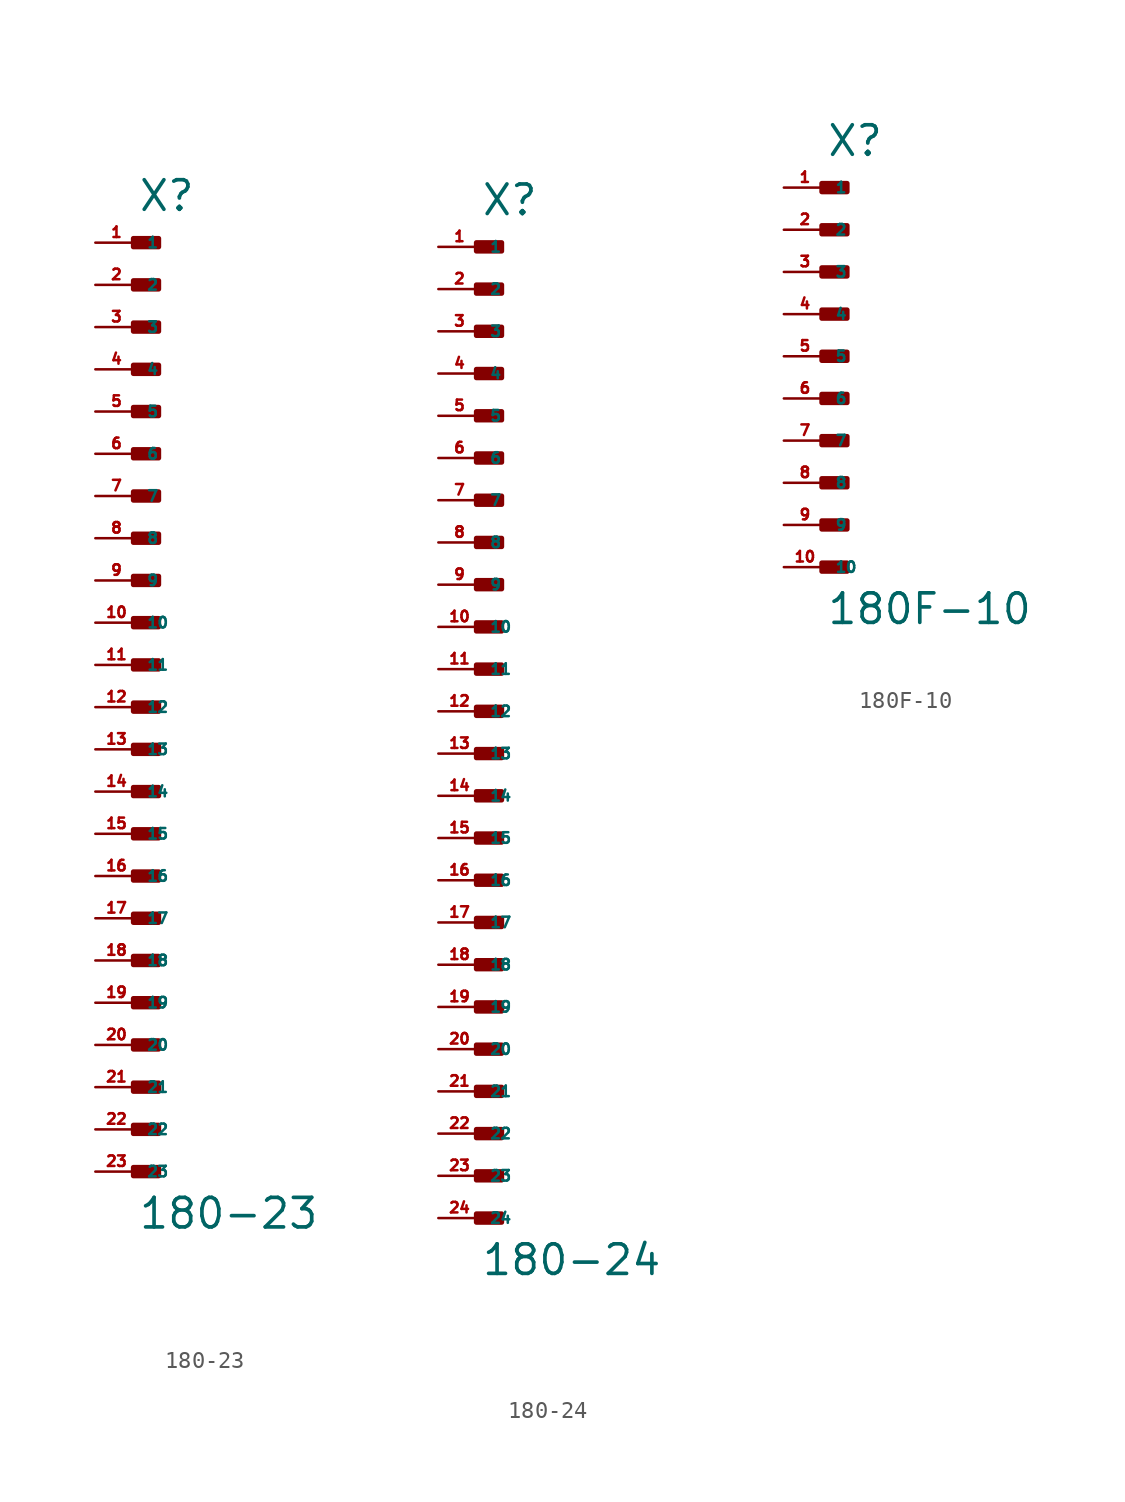
<source format=kicad_sym>
(kicad_symbol_lib
  (version 20220914)
  (generator Eagle2Kicad)
  (symbol "180-23"
    (property "Reference" "X"
      (at 0 27.178 0)
      (effects (font (size 1.778 1.778) (thickness 0.22)) (justify left bottom)))
    (property "Value" "180-23"
      (at 0 -34.036 0)
      (effects (font (size 1.778 1.778) (thickness 0.22)) (justify left bottom)))
    (rectangle
      (start -0.254 25.146)
      (end 1.27 25.654)
      (stroke (width 0.3) (type default))
      (fill (type outline)))
    (rectangle
      (start -0.254 22.606)
      (end 1.27 23.114)
      (stroke (width 0.3) (type default))
      (fill (type outline)))
    (rectangle
      (start -0.254 20.066)
      (end 1.27 20.574)
      (stroke (width 0.3) (type default))
      (fill (type outline)))
    (rectangle
      (start -0.254 17.526)
      (end 1.27 18.034)
      (stroke (width 0.3) (type default))
      (fill (type outline)))
    (rectangle
      (start -0.254 14.986)
      (end 1.27 15.494)
      (stroke (width 0.3) (type default))
      (fill (type outline)))
    (rectangle
      (start -0.254 12.446)
      (end 1.27 12.954)
      (stroke (width 0.3) (type default))
      (fill (type outline)))
    (rectangle
      (start -0.254 9.906)
      (end 1.27 10.414)
      (stroke (width 0.3) (type default))
      (fill (type outline)))
    (rectangle
      (start -0.254 7.366)
      (end 1.27 7.874)
      (stroke (width 0.3) (type default))
      (fill (type outline)))
    (rectangle
      (start -0.254 4.826)
      (end 1.27 5.334)
      (stroke (width 0.3) (type default))
      (fill (type outline)))
    (rectangle
      (start -0.254 2.286)
      (end 1.27 2.794)
      (stroke (width 0.3) (type default))
      (fill (type outline)))
    (rectangle
      (start -0.254 -0.254)
      (end 1.27 0.254)
      (stroke (width 0.3) (type default))
      (fill (type outline)))
    (rectangle
      (start -0.254 -2.794)
      (end 1.27 -2.286)
      (stroke (width 0.3) (type default))
      (fill (type outline)))
    (rectangle
      (start -0.254 -5.334)
      (end 1.27 -4.826)
      (stroke (width 0.3) (type default))
      (fill (type outline)))
    (rectangle
      (start -0.254 -7.874)
      (end 1.27 -7.366)
      (stroke (width 0.3) (type default))
      (fill (type outline)))
    (rectangle
      (start -0.254 -10.414)
      (end 1.27 -9.906)
      (stroke (width 0.3) (type default))
      (fill (type outline)))
    (rectangle
      (start -0.254 -12.954)
      (end 1.27 -12.446)
      (stroke (width 0.3) (type default))
      (fill (type outline)))
    (rectangle
      (start -0.254 -15.494)
      (end 1.27 -14.986)
      (stroke (width 0.3) (type default))
      (fill (type outline)))
    (rectangle
      (start -0.254 -18.034)
      (end 1.27 -17.526)
      (stroke (width 0.3) (type default))
      (fill (type outline)))
    (rectangle
      (start -0.254 -20.574)
      (end 1.27 -20.066)
      (stroke (width 0.3) (type default))
      (fill (type outline)))
    (rectangle
      (start -0.254 -23.114)
      (end 1.27 -22.606)
      (stroke (width 0.3) (type default))
      (fill (type outline)))
    (rectangle
      (start -0.254 -25.654)
      (end 1.27 -25.146)
      (stroke (width 0.3) (type default))
      (fill (type outline)))
    (rectangle
      (start -0.254 -28.194)
      (end 1.27 -27.686)
      (stroke (width 0.3) (type default))
      (fill (type outline)))
    (rectangle
      (start -0.254 -30.734)
      (end 1.27 -30.226)
      (stroke (width 0.3) (type default))
      (fill (type outline)))
    (pin passive line
      (at -2.54 25.4 0)
      (length 2.54)
      (name "1" (effects (font (size 0.635 0.635) (thickness 0.08)) (justify left bottom)))
      (number "1" (effects (font (size 0.635 0.635) (thickness 0.08)) (justify left bottom))))
    (pin passive line
      (at -2.54 22.86 0)
      (length 2.54)
      (name "2" (effects (font (size 0.635 0.635) (thickness 0.08)) (justify left bottom)))
      (number "2" (effects (font (size 0.635 0.635) (thickness 0.08)) (justify left bottom))))
    (pin passive line
      (at -2.54 20.32 0)
      (length 2.54)
      (name "3" (effects (font (size 0.635 0.635) (thickness 0.08)) (justify left bottom)))
      (number "3" (effects (font (size 0.635 0.635) (thickness 0.08)) (justify left bottom))))
    (pin passive line
      (at -2.54 17.78 0)
      (length 2.54)
      (name "4" (effects (font (size 0.635 0.635) (thickness 0.08)) (justify left bottom)))
      (number "4" (effects (font (size 0.635 0.635) (thickness 0.08)) (justify left bottom))))
    (pin passive line
      (at -2.54 15.24 0)
      (length 2.54)
      (name "5" (effects (font (size 0.635 0.635) (thickness 0.08)) (justify left bottom)))
      (number "5" (effects (font (size 0.635 0.635) (thickness 0.08)) (justify left bottom))))
    (pin passive line
      (at -2.54 12.7 0)
      (length 2.54)
      (name "6" (effects (font (size 0.635 0.635) (thickness 0.08)) (justify left bottom)))
      (number "6" (effects (font (size 0.635 0.635) (thickness 0.08)) (justify left bottom))))
    (pin passive line
      (at -2.54 10.16 0)
      (length 2.54)
      (name "7" (effects (font (size 0.635 0.635) (thickness 0.08)) (justify left bottom)))
      (number "7" (effects (font (size 0.635 0.635) (thickness 0.08)) (justify left bottom))))
    (pin passive line
      (at -2.54 7.62 0)
      (length 2.54)
      (name "8" (effects (font (size 0.635 0.635) (thickness 0.08)) (justify left bottom)))
      (number "8" (effects (font (size 0.635 0.635) (thickness 0.08)) (justify left bottom))))
    (pin passive line
      (at -2.54 5.08 0)
      (length 2.54)
      (name "9" (effects (font (size 0.635 0.635) (thickness 0.08)) (justify left bottom)))
      (number "9" (effects (font (size 0.635 0.635) (thickness 0.08)) (justify left bottom))))
    (pin passive line
      (at -2.54 2.54 0)
      (length 2.54)
      (name "10" (effects (font (size 0.635 0.635) (thickness 0.08)) (justify left bottom)))
      (number "10" (effects (font (size 0.635 0.635) (thickness 0.08)) (justify left bottom))))
    (pin passive line
      (at -2.54 0 0)
      (length 2.54)
      (name "11" (effects (font (size 0.635 0.635) (thickness 0.08)) (justify left bottom)))
      (number "11" (effects (font (size 0.635 0.635) (thickness 0.08)) (justify left bottom))))
    (pin passive line
      (at -2.54 -2.54 0)
      (length 2.54)
      (name "12" (effects (font (size 0.635 0.635) (thickness 0.08)) (justify left bottom)))
      (number "12" (effects (font (size 0.635 0.635) (thickness 0.08)) (justify left bottom))))
    (pin passive line
      (at -2.54 -5.08 0)
      (length 2.54)
      (name "13" (effects (font (size 0.635 0.635) (thickness 0.08)) (justify left bottom)))
      (number "13" (effects (font (size 0.635 0.635) (thickness 0.08)) (justify left bottom))))
    (pin passive line
      (at -2.54 -7.62 0)
      (length 2.54)
      (name "14" (effects (font (size 0.635 0.635) (thickness 0.08)) (justify left bottom)))
      (number "14" (effects (font (size 0.635 0.635) (thickness 0.08)) (justify left bottom))))
    (pin passive line
      (at -2.54 -10.16 0)
      (length 2.54)
      (name "15" (effects (font (size 0.635 0.635) (thickness 0.08)) (justify left bottom)))
      (number "15" (effects (font (size 0.635 0.635) (thickness 0.08)) (justify left bottom))))
    (pin passive line
      (at -2.54 -12.7 0)
      (length 2.54)
      (name "16" (effects (font (size 0.635 0.635) (thickness 0.08)) (justify left bottom)))
      (number "16" (effects (font (size 0.635 0.635) (thickness 0.08)) (justify left bottom))))
    (pin passive line
      (at -2.54 -15.24 0)
      (length 2.54)
      (name "17" (effects (font (size 0.635 0.635) (thickness 0.08)) (justify left bottom)))
      (number "17" (effects (font (size 0.635 0.635) (thickness 0.08)) (justify left bottom))))
    (pin passive line
      (at -2.54 -17.78 0)
      (length 2.54)
      (name "18" (effects (font (size 0.635 0.635) (thickness 0.08)) (justify left bottom)))
      (number "18" (effects (font (size 0.635 0.635) (thickness 0.08)) (justify left bottom))))
    (pin passive line
      (at -2.54 -20.32 0)
      (length 2.54)
      (name "19" (effects (font (size 0.635 0.635) (thickness 0.08)) (justify left bottom)))
      (number "19" (effects (font (size 0.635 0.635) (thickness 0.08)) (justify left bottom))))
    (pin passive line
      (at -2.54 -22.86 0)
      (length 2.54)
      (name "20" (effects (font (size 0.635 0.635) (thickness 0.08)) (justify left bottom)))
      (number "20" (effects (font (size 0.635 0.635) (thickness 0.08)) (justify left bottom))))
    (pin passive line
      (at -2.54 -25.4 0)
      (length 2.54)
      (name "21" (effects (font (size 0.635 0.635) (thickness 0.08)) (justify left bottom)))
      (number "21" (effects (font (size 0.635 0.635) (thickness 0.08)) (justify left bottom))))
    (pin passive line
      (at -2.54 -27.94 0)
      (length 2.54)
      (name "22" (effects (font (size 0.635 0.635) (thickness 0.08)) (justify left bottom)))
      (number "22" (effects (font (size 0.635 0.635) (thickness 0.08)) (justify left bottom))))
    (pin passive line
      (at -2.54 -30.48 0)
      (length 2.54)
      (name "23" (effects (font (size 0.635 0.635) (thickness 0.08)) (justify left bottom)))
      (number "23" (effects (font (size 0.635 0.635) (thickness 0.08)) (justify left bottom)))))
  (symbol "180-24"
    (property "Reference" "X"
      (at 0 29.718 0)
      (effects (font (size 1.778 1.778) (thickness 0.22)) (justify left bottom)))
    (property "Value" "180-24"
      (at 0 -34.036 0)
      (effects (font (size 1.778 1.778) (thickness 0.22)) (justify left bottom)))
    (rectangle
      (start -0.254 27.686)
      (end 1.27 28.194)
      (stroke (width 0.3) (type default))
      (fill (type outline)))
    (rectangle
      (start -0.254 25.146)
      (end 1.27 25.654)
      (stroke (width 0.3) (type default))
      (fill (type outline)))
    (rectangle
      (start -0.254 22.606)
      (end 1.27 23.114)
      (stroke (width 0.3) (type default))
      (fill (type outline)))
    (rectangle
      (start -0.254 20.066)
      (end 1.27 20.574)
      (stroke (width 0.3) (type default))
      (fill (type outline)))
    (rectangle
      (start -0.254 17.526)
      (end 1.27 18.034)
      (stroke (width 0.3) (type default))
      (fill (type outline)))
    (rectangle
      (start -0.254 14.986)
      (end 1.27 15.494)
      (stroke (width 0.3) (type default))
      (fill (type outline)))
    (rectangle
      (start -0.254 12.446)
      (end 1.27 12.954)
      (stroke (width 0.3) (type default))
      (fill (type outline)))
    (rectangle
      (start -0.254 9.906)
      (end 1.27 10.414)
      (stroke (width 0.3) (type default))
      (fill (type outline)))
    (rectangle
      (start -0.254 7.366)
      (end 1.27 7.874)
      (stroke (width 0.3) (type default))
      (fill (type outline)))
    (rectangle
      (start -0.254 4.826)
      (end 1.27 5.334)
      (stroke (width 0.3) (type default))
      (fill (type outline)))
    (rectangle
      (start -0.254 2.286)
      (end 1.27 2.794)
      (stroke (width 0.3) (type default))
      (fill (type outline)))
    (rectangle
      (start -0.254 -0.254)
      (end 1.27 0.254)
      (stroke (width 0.3) (type default))
      (fill (type outline)))
    (rectangle
      (start -0.254 -2.794)
      (end 1.27 -2.286)
      (stroke (width 0.3) (type default))
      (fill (type outline)))
    (rectangle
      (start -0.254 -5.334)
      (end 1.27 -4.826)
      (stroke (width 0.3) (type default))
      (fill (type outline)))
    (rectangle
      (start -0.254 -7.874)
      (end 1.27 -7.366)
      (stroke (width 0.3) (type default))
      (fill (type outline)))
    (rectangle
      (start -0.254 -10.414)
      (end 1.27 -9.906)
      (stroke (width 0.3) (type default))
      (fill (type outline)))
    (rectangle
      (start -0.254 -12.954)
      (end 1.27 -12.446)
      (stroke (width 0.3) (type default))
      (fill (type outline)))
    (rectangle
      (start -0.254 -15.494)
      (end 1.27 -14.986)
      (stroke (width 0.3) (type default))
      (fill (type outline)))
    (rectangle
      (start -0.254 -18.034)
      (end 1.27 -17.526)
      (stroke (width 0.3) (type default))
      (fill (type outline)))
    (rectangle
      (start -0.254 -20.574)
      (end 1.27 -20.066)
      (stroke (width 0.3) (type default))
      (fill (type outline)))
    (rectangle
      (start -0.254 -23.114)
      (end 1.27 -22.606)
      (stroke (width 0.3) (type default))
      (fill (type outline)))
    (rectangle
      (start -0.254 -25.654)
      (end 1.27 -25.146)
      (stroke (width 0.3) (type default))
      (fill (type outline)))
    (rectangle
      (start -0.254 -28.194)
      (end 1.27 -27.686)
      (stroke (width 0.3) (type default))
      (fill (type outline)))
    (rectangle
      (start -0.254 -30.734)
      (end 1.27 -30.226)
      (stroke (width 0.3) (type default))
      (fill (type outline)))
    (pin passive line
      (at -2.54 27.94 0)
      (length 2.54)
      (name "1" (effects (font (size 0.635 0.635) (thickness 0.08)) (justify left bottom)))
      (number "1" (effects (font (size 0.635 0.635) (thickness 0.08)) (justify left bottom))))
    (pin passive line
      (at -2.54 25.4 0)
      (length 2.54)
      (name "2" (effects (font (size 0.635 0.635) (thickness 0.08)) (justify left bottom)))
      (number "2" (effects (font (size 0.635 0.635) (thickness 0.08)) (justify left bottom))))
    (pin passive line
      (at -2.54 22.86 0)
      (length 2.54)
      (name "3" (effects (font (size 0.635 0.635) (thickness 0.08)) (justify left bottom)))
      (number "3" (effects (font (size 0.635 0.635) (thickness 0.08)) (justify left bottom))))
    (pin passive line
      (at -2.54 20.32 0)
      (length 2.54)
      (name "4" (effects (font (size 0.635 0.635) (thickness 0.08)) (justify left bottom)))
      (number "4" (effects (font (size 0.635 0.635) (thickness 0.08)) (justify left bottom))))
    (pin passive line
      (at -2.54 17.78 0)
      (length 2.54)
      (name "5" (effects (font (size 0.635 0.635) (thickness 0.08)) (justify left bottom)))
      (number "5" (effects (font (size 0.635 0.635) (thickness 0.08)) (justify left bottom))))
    (pin passive line
      (at -2.54 15.24 0)
      (length 2.54)
      (name "6" (effects (font (size 0.635 0.635) (thickness 0.08)) (justify left bottom)))
      (number "6" (effects (font (size 0.635 0.635) (thickness 0.08)) (justify left bottom))))
    (pin passive line
      (at -2.54 12.7 0)
      (length 2.54)
      (name "7" (effects (font (size 0.635 0.635) (thickness 0.08)) (justify left bottom)))
      (number "7" (effects (font (size 0.635 0.635) (thickness 0.08)) (justify left bottom))))
    (pin passive line
      (at -2.54 10.16 0)
      (length 2.54)
      (name "8" (effects (font (size 0.635 0.635) (thickness 0.08)) (justify left bottom)))
      (number "8" (effects (font (size 0.635 0.635) (thickness 0.08)) (justify left bottom))))
    (pin passive line
      (at -2.54 7.62 0)
      (length 2.54)
      (name "9" (effects (font (size 0.635 0.635) (thickness 0.08)) (justify left bottom)))
      (number "9" (effects (font (size 0.635 0.635) (thickness 0.08)) (justify left bottom))))
    (pin passive line
      (at -2.54 5.08 0)
      (length 2.54)
      (name "10" (effects (font (size 0.635 0.635) (thickness 0.08)) (justify left bottom)))
      (number "10" (effects (font (size 0.635 0.635) (thickness 0.08)) (justify left bottom))))
    (pin passive line
      (at -2.54 2.54 0)
      (length 2.54)
      (name "11" (effects (font (size 0.635 0.635) (thickness 0.08)) (justify left bottom)))
      (number "11" (effects (font (size 0.635 0.635) (thickness 0.08)) (justify left bottom))))
    (pin passive line
      (at -2.54 0 0)
      (length 2.54)
      (name "12" (effects (font (size 0.635 0.635) (thickness 0.08)) (justify left bottom)))
      (number "12" (effects (font (size 0.635 0.635) (thickness 0.08)) (justify left bottom))))
    (pin passive line
      (at -2.54 -2.54 0)
      (length 2.54)
      (name "13" (effects (font (size 0.635 0.635) (thickness 0.08)) (justify left bottom)))
      (number "13" (effects (font (size 0.635 0.635) (thickness 0.08)) (justify left bottom))))
    (pin passive line
      (at -2.54 -5.08 0)
      (length 2.54)
      (name "14" (effects (font (size 0.635 0.635) (thickness 0.08)) (justify left bottom)))
      (number "14" (effects (font (size 0.635 0.635) (thickness 0.08)) (justify left bottom))))
    (pin passive line
      (at -2.54 -7.62 0)
      (length 2.54)
      (name "15" (effects (font (size 0.635 0.635) (thickness 0.08)) (justify left bottom)))
      (number "15" (effects (font (size 0.635 0.635) (thickness 0.08)) (justify left bottom))))
    (pin passive line
      (at -2.54 -10.16 0)
      (length 2.54)
      (name "16" (effects (font (size 0.635 0.635) (thickness 0.08)) (justify left bottom)))
      (number "16" (effects (font (size 0.635 0.635) (thickness 0.08)) (justify left bottom))))
    (pin passive line
      (at -2.54 -12.7 0)
      (length 2.54)
      (name "17" (effects (font (size 0.635 0.635) (thickness 0.08)) (justify left bottom)))
      (number "17" (effects (font (size 0.635 0.635) (thickness 0.08)) (justify left bottom))))
    (pin passive line
      (at -2.54 -15.24 0)
      (length 2.54)
      (name "18" (effects (font (size 0.635 0.635) (thickness 0.08)) (justify left bottom)))
      (number "18" (effects (font (size 0.635 0.635) (thickness 0.08)) (justify left bottom))))
    (pin passive line
      (at -2.54 -17.78 0)
      (length 2.54)
      (name "19" (effects (font (size 0.635 0.635) (thickness 0.08)) (justify left bottom)))
      (number "19" (effects (font (size 0.635 0.635) (thickness 0.08)) (justify left bottom))))
    (pin passive line
      (at -2.54 -20.32 0)
      (length 2.54)
      (name "20" (effects (font (size 0.635 0.635) (thickness 0.08)) (justify left bottom)))
      (number "20" (effects (font (size 0.635 0.635) (thickness 0.08)) (justify left bottom))))
    (pin passive line
      (at -2.54 -22.86 0)
      (length 2.54)
      (name "21" (effects (font (size 0.635 0.635) (thickness 0.08)) (justify left bottom)))
      (number "21" (effects (font (size 0.635 0.635) (thickness 0.08)) (justify left bottom))))
    (pin passive line
      (at -2.54 -25.4 0)
      (length 2.54)
      (name "22" (effects (font (size 0.635 0.635) (thickness 0.08)) (justify left bottom)))
      (number "22" (effects (font (size 0.635 0.635) (thickness 0.08)) (justify left bottom))))
    (pin passive line
      (at -2.54 -27.94 0)
      (length 2.54)
      (name "23" (effects (font (size 0.635 0.635) (thickness 0.08)) (justify left bottom)))
      (number "23" (effects (font (size 0.635 0.635) (thickness 0.08)) (justify left bottom))))
    (pin passive line
      (at -2.54 -30.48 0)
      (length 2.54)
      (name "24" (effects (font (size 0.635 0.635) (thickness 0.08)) (justify left bottom)))
      (number "24" (effects (font (size 0.635 0.635) (thickness 0.08)) (justify left bottom)))))
  (symbol "180F-10"
    (property "Reference" "X"
      (at 0 11.938 0)
      (effects (font (size 1.778 1.778) (thickness 0.22)) (justify left bottom)))
    (property "Value" "180F-10"
      (at 0 -16.256 0)
      (effects (font (size 1.778 1.778) (thickness 0.22)) (justify left bottom)))
    (rectangle
      (start -0.254 9.906)
      (end 1.27 10.414)
      (stroke (width 0.3) (type default))
      (fill (type outline)))
    (rectangle
      (start -0.254 7.366)
      (end 1.27 7.874)
      (stroke (width 0.3) (type default))
      (fill (type outline)))
    (rectangle
      (start -0.254 4.826)
      (end 1.27 5.334)
      (stroke (width 0.3) (type default))
      (fill (type outline)))
    (rectangle
      (start -0.254 2.286)
      (end 1.27 2.794)
      (stroke (width 0.3) (type default))
      (fill (type outline)))
    (rectangle
      (start -0.254 -0.254)
      (end 1.27 0.254)
      (stroke (width 0.3) (type default))
      (fill (type outline)))
    (rectangle
      (start -0.254 -2.794)
      (end 1.27 -2.286)
      (stroke (width 0.3) (type default))
      (fill (type outline)))
    (rectangle
      (start -0.254 -5.334)
      (end 1.27 -4.826)
      (stroke (width 0.3) (type default))
      (fill (type outline)))
    (rectangle
      (start -0.254 -7.874)
      (end 1.27 -7.366)
      (stroke (width 0.3) (type default))
      (fill (type outline)))
    (rectangle
      (start -0.254 -10.414)
      (end 1.27 -9.906)
      (stroke (width 0.3) (type default))
      (fill (type outline)))
    (rectangle
      (start -0.254 -12.954)
      (end 1.27 -12.446)
      (stroke (width 0.3) (type default))
      (fill (type outline)))
    (pin passive line
      (at -2.54 10.16 0)
      (length 2.54)
      (name "1" (effects (font (size 0.635 0.635) (thickness 0.08)) (justify left bottom)))
      (number "1" (effects (font (size 0.635 0.635) (thickness 0.08)) (justify left bottom))))
    (pin passive line
      (at -2.54 7.62 0)
      (length 2.54)
      (name "2" (effects (font (size 0.635 0.635) (thickness 0.08)) (justify left bottom)))
      (number "2" (effects (font (size 0.635 0.635) (thickness 0.08)) (justify left bottom))))
    (pin passive line
      (at -2.54 5.08 0)
      (length 2.54)
      (name "3" (effects (font (size 0.635 0.635) (thickness 0.08)) (justify left bottom)))
      (number "3" (effects (font (size 0.635 0.635) (thickness 0.08)) (justify left bottom))))
    (pin passive line
      (at -2.54 2.54 0)
      (length 2.54)
      (name "4" (effects (font (size 0.635 0.635) (thickness 0.08)) (justify left bottom)))
      (number "4" (effects (font (size 0.635 0.635) (thickness 0.08)) (justify left bottom))))
    (pin passive line
      (at -2.54 0 0)
      (length 2.54)
      (name "5" (effects (font (size 0.635 0.635) (thickness 0.08)) (justify left bottom)))
      (number "5" (effects (font (size 0.635 0.635) (thickness 0.08)) (justify left bottom))))
    (pin passive line
      (at -2.54 -2.54 0)
      (length 2.54)
      (name "6" (effects (font (size 0.635 0.635) (thickness 0.08)) (justify left bottom)))
      (number "6" (effects (font (size 0.635 0.635) (thickness 0.08)) (justify left bottom))))
    (pin passive line
      (at -2.54 -5.08 0)
      (length 2.54)
      (name "7" (effects (font (size 0.635 0.635) (thickness 0.08)) (justify left bottom)))
      (number "7" (effects (font (size 0.635 0.635) (thickness 0.08)) (justify left bottom))))
    (pin passive line
      (at -2.54 -7.62 0)
      (length 2.54)
      (name "8" (effects (font (size 0.635 0.635) (thickness 0.08)) (justify left bottom)))
      (number "8" (effects (font (size 0.635 0.635) (thickness 0.08)) (justify left bottom))))
    (pin passive line
      (at -2.54 -10.16 0)
      (length 2.54)
      (name "9" (effects (font (size 0.635 0.635) (thickness 0.08)) (justify left bottom)))
      (number "9" (effects (font (size 0.635 0.635) (thickness 0.08)) (justify left bottom))))
    (pin passive line
      (at -2.54 -12.7 0)
      (length 2.54)
      (name "10" (effects (font (size 0.635 0.635) (thickness 0.08)) (justify left bottom)))
      (number "10" (effects (font (size 0.635 0.635) (thickness 0.08)) (justify left bottom))))))
</source>
